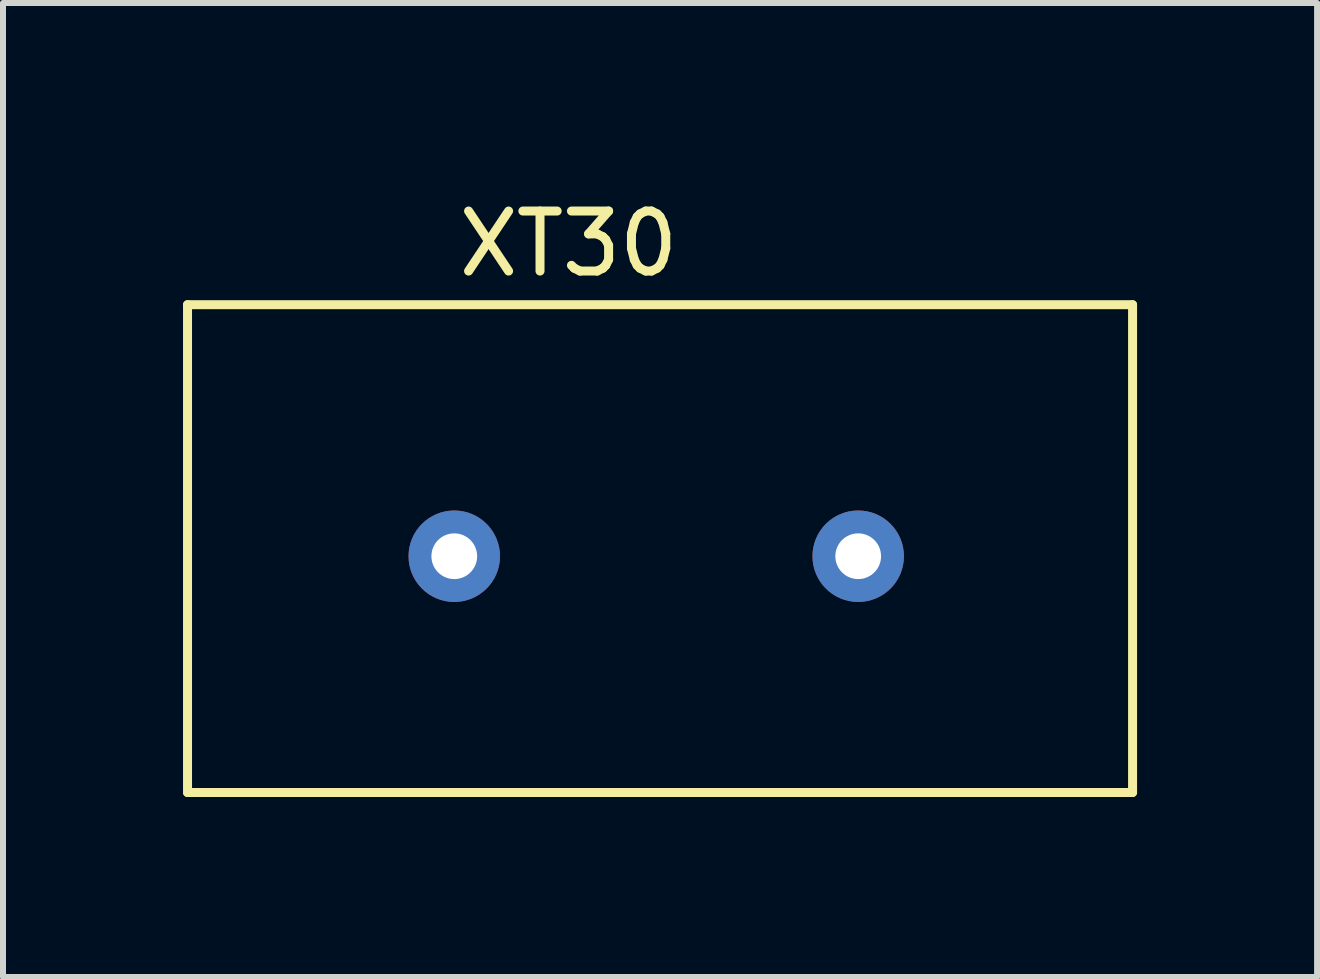
<source format=kicad_pcb>
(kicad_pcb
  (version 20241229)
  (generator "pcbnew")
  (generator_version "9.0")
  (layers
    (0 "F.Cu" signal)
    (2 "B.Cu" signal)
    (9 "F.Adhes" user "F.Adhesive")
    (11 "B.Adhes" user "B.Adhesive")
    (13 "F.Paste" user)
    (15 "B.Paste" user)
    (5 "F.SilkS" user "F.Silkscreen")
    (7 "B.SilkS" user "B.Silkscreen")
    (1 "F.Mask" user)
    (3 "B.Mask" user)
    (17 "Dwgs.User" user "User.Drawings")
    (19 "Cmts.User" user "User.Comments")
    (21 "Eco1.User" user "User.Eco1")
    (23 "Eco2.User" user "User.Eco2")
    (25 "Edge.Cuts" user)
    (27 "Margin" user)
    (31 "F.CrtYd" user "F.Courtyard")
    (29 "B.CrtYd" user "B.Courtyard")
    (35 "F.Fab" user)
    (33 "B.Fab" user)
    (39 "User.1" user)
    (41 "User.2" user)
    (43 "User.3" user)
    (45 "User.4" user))
  (footprint "XT30"
    (layer "F.Cu")
    (at 5.917 0.25)
    (property "Reference" "XT30" (at 0.508 0.762 0) (layer "F.SilkS") (effects (font (size 1 1) (thickness 0.15))))
    (attr through_hole)
    (fp_line (start -5.842 1.778) (end -5.842 9.906) (stroke (width 0.15) (type solid)) (layer "F.SilkS"))
    (fp_line (start -5.842 1.778) (end 9.906 1.778) (stroke (width 0.15) (type solid)) (layer "F.SilkS"))
    (fp_line (start -5.842 9.906) (end -5.715 9.906) (stroke (width 0.15) (type solid)) (layer "F.SilkS"))
    (fp_line (start 9.906 1.778) (end 9.906 9.906) (stroke (width 0.15) (type solid)) (layer "F.SilkS"))
    (fp_line (start 9.906 9.906) (end -5.715 9.906) (stroke (width 0.15) (type solid)) (layer "F.SilkS"))
    (pad "1" thru_hole circle (at -1.397 5.969) (size 1.524 1.524) (drill 0.762) (layers "*.Cu" "*.Mask"))
    (pad "2" thru_hole circle (at 5.334 5.969) (size 1.524 1.524) (drill 0.762) (layers "*.Cu" "*.Mask")))
  (gr_rect
    (start -3 -3)
    (end 18.898 13.231)
    (stroke (width 0.1) (type default))
    (fill no)
    (layer "Edge.Cuts")))
</source>
